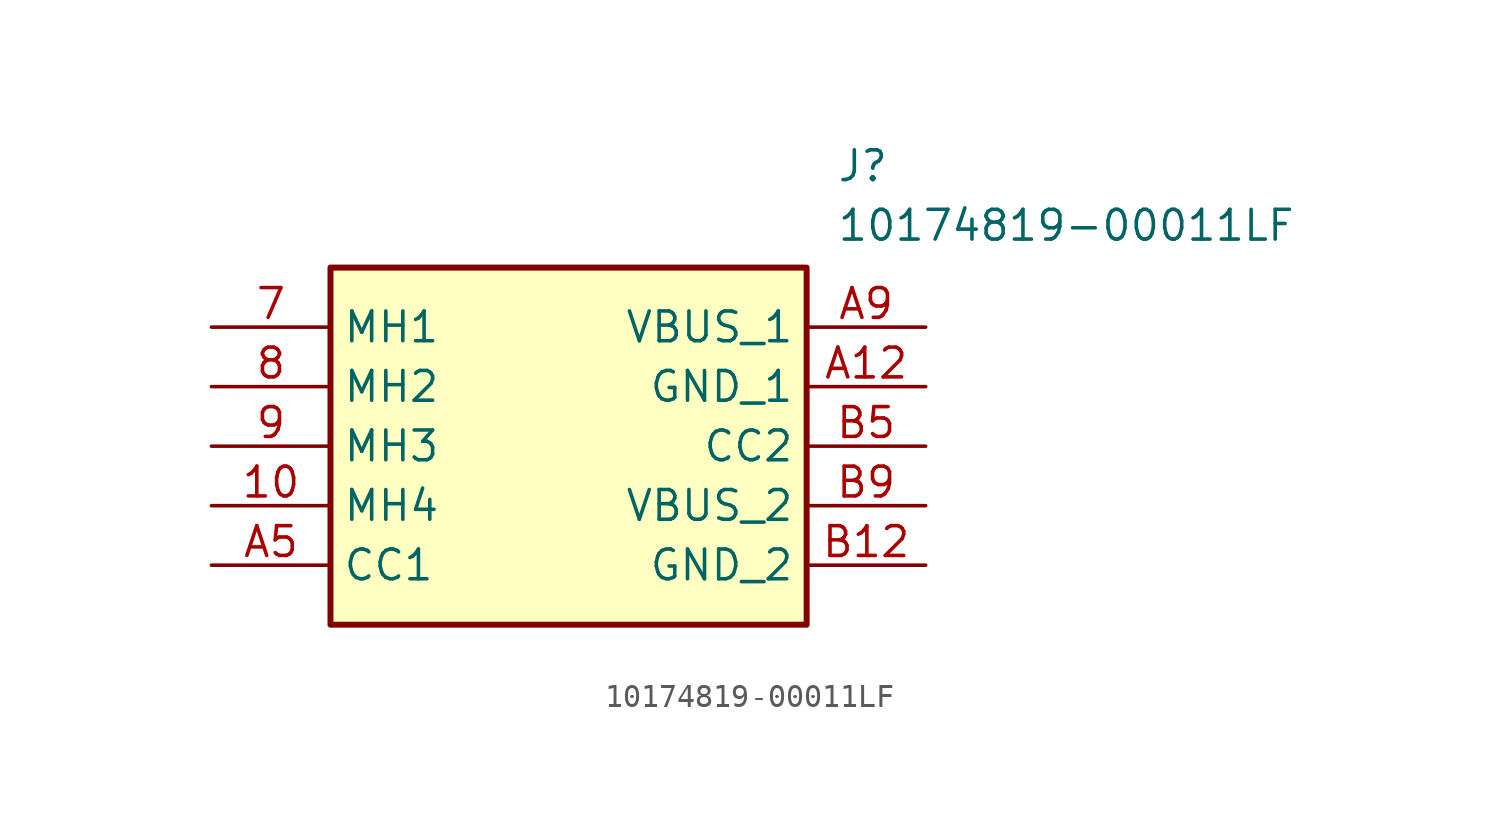
<source format=kicad_sym>
(kicad_symbol_lib
  (version 20211014)
  (generator SamacSys_ECAD_Model)
  (symbol "10174819-00011LF"
    (property "Reference" "J"
      (at 26.67 7.62 0)
      (effects (font (size 1.27 1.27)) (justify left top)))
    (property "Value" "10174819-00011LF"
      (at 26.67 5.08 0)
      (effects (font (size 1.27 1.27)) (justify left top)))
    (rectangle
      (start 5.08 2.54)
      (end 25.4 -12.7)
      (stroke (width 0.254) (type default))
      (fill (type background)))
    (pin passive line
      (at 0 0 0)
      (length 5.08)
      (name "MH1" (effects (font (size 1.27 1.27))))
      (number "7" (effects (font (size 1.27 1.27)))))
    (pin passive line
      (at 0 -2.54 0)
      (length 5.08)
      (name "MH2" (effects (font (size 1.27 1.27))))
      (number "8" (effects (font (size 1.27 1.27)))))
    (pin passive line
      (at 0 -5.08 0)
      (length 5.08)
      (name "MH3" (effects (font (size 1.27 1.27))))
      (number "9" (effects (font (size 1.27 1.27)))))
    (pin passive line
      (at 0 -7.62 0)
      (length 5.08)
      (name "MH4" (effects (font (size 1.27 1.27))))
      (number "10" (effects (font (size 1.27 1.27)))))
    (pin passive line
      (at 0 -10.16 0)
      (length 5.08)
      (name "CC1" (effects (font (size 1.27 1.27))))
      (number "A5" (effects (font (size 1.27 1.27)))))
    (pin passive line
      (at 30.48 0 180)
      (length 5.08)
      (name "VBUS_1" (effects (font (size 1.27 1.27))))
      (number "A9" (effects (font (size 1.27 1.27)))))
    (pin passive line
      (at 30.48 -2.54 180)
      (length 5.08)
      (name "GND_1" (effects (font (size 1.27 1.27))))
      (number "A12" (effects (font (size 1.27 1.27)))))
    (pin passive line
      (at 30.48 -5.08 180)
      (length 5.08)
      (name "CC2" (effects (font (size 1.27 1.27))))
      (number "B5" (effects (font (size 1.27 1.27)))))
    (pin passive line
      (at 30.48 -7.62 180)
      (length 5.08)
      (name "VBUS_2" (effects (font (size 1.27 1.27))))
      (number "B9" (effects (font (size 1.27 1.27)))))
    (pin passive line
      (at 30.48 -10.16 180)
      (length 5.08)
      (name "GND_2" (effects (font (size 1.27 1.27))))
      (number "B12" (effects (font (size 1.27 1.27)))))))
</source>
